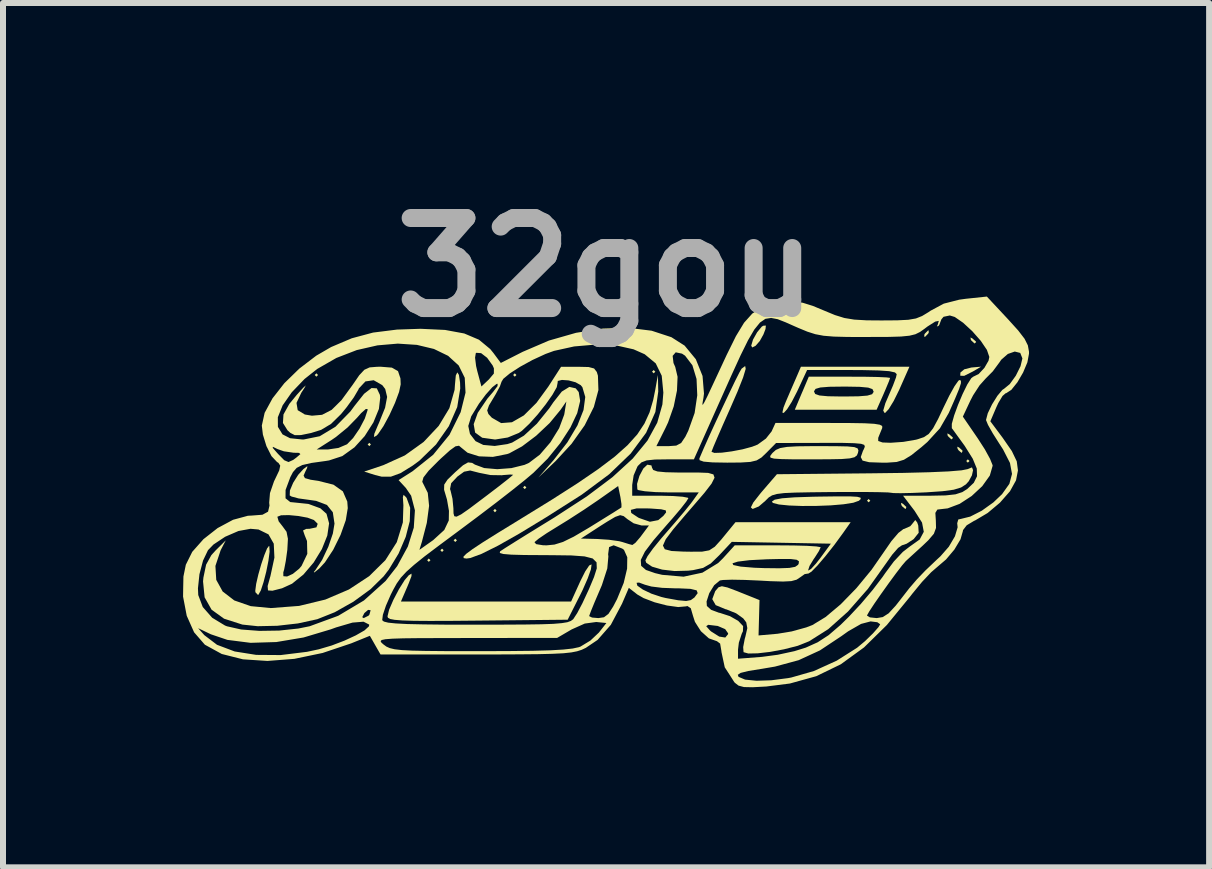
<source format=kicad_pcb>
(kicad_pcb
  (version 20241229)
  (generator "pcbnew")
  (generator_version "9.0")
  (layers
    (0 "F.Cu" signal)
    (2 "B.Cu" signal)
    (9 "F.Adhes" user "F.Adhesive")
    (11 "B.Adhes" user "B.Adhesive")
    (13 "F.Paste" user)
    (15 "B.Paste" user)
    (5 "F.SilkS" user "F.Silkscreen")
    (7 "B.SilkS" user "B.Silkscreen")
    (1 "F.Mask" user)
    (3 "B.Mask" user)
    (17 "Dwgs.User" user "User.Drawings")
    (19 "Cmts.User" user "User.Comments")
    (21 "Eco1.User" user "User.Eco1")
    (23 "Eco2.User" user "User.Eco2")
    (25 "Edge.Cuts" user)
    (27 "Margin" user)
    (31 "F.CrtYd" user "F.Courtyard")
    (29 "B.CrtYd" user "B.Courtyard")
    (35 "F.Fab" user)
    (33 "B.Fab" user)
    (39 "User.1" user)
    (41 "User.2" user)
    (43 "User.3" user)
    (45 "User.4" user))
  (footprint "32gou"
    (layer "F.Cu")
    (at 7.042 5.154)
    (property "Reference" "32gou" (at 0 -3.75 0) (layer "F.Fab") (effects (font (size 1.5 1.5) (thickness 0.3))))
    (attr board_only exclude_from_pos_files exclude_from_bom)
    (fp_poly (pts (xy -4.793 -1.956) (xy -4.821 -1.928) (xy -4.849 -1.956) (xy -4.821 -1.984)) (stroke (width 0) (type solid)) (fill yes) (layer "F.SilkS"))
    (fp_poly (pts (xy -3.912 -0.799) (xy -3.939 -0.771) (xy -3.967 -0.799) (xy -3.939 -0.826)) (stroke (width 0) (type solid)) (fill yes) (layer "F.SilkS"))
    (fp_poly (pts (xy -2.92 1.13) (xy -2.948 1.157) (xy -2.975 1.13) (xy -2.948 1.102)) (stroke (width 0) (type solid)) (fill yes) (layer "F.SilkS"))
    (fp_poly (pts (xy -2.7 0.964) (xy -2.727 0.992) (xy -2.755 0.964) (xy -2.727 0.937)) (stroke (width 0) (type solid)) (fill yes) (layer "F.SilkS"))
    (fp_poly (pts (xy -2.479 0.799) (xy -2.507 0.826) (xy -2.534 0.799) (xy -2.507 0.771)) (stroke (width 0) (type solid)) (fill yes) (layer "F.SilkS"))
    (fp_poly (pts (xy -1.818 0.303) (xy -1.846 0.331) (xy -1.873 0.303) (xy -1.846 0.275)) (stroke (width 0) (type solid)) (fill yes) (layer "F.SilkS"))
    (fp_poly (pts (xy -1.488 -1.956) (xy -1.515 -1.928) (xy -1.543 -1.956) (xy -1.515 -1.984)) (stroke (width 0) (type solid)) (fill yes) (layer "F.SilkS"))
    (fp_poly (pts (xy -1.322 -0.083) (xy -1.35 -0.055) (xy -1.377 -0.083) (xy -1.35 -0.11)) (stroke (width 0) (type solid)) (fill yes) (layer "F.SilkS"))
    (fp_poly (pts (xy 0.826 -2.011) (xy 0.799 -1.984) (xy 0.771 -2.011) (xy 0.799 -2.039)) (stroke (width 0) (type solid)) (fill yes) (layer "F.SilkS"))
    (fp_poly (pts (xy 4.408 0.138) (xy 4.38 0.165) (xy 4.353 0.138) (xy 4.38 0.11)) (stroke (width 0) (type solid)) (fill yes) (layer "F.SilkS"))
    (fp_poly (pts (xy 6.061 -0.523) (xy 6.033 -0.496) (xy 6.006 -0.523) (xy 6.033 -0.551)) (stroke (width 0) (type solid)) (fill yes) (layer "F.SilkS"))
    (fp_poly (pts (xy 4.95 0.188) (xy 5.009 0.243) (xy 4.997 0.275) (xy 4.99 0.275) (xy 4.943 0.236) (xy 4.926 0.212) (xy 4.919 0.174)) (stroke (width 0) (type solid)) (fill yes) (layer "F.SilkS"))
    (fp_poly (pts (xy 5.722 -0.969) (xy 5.78 -0.918) (xy 5.785 -0.906) (xy 5.759 -0.883) (xy 5.705 -0.934) (xy 5.697 -0.945) (xy 5.691 -0.983)) (stroke (width 0) (type solid)) (fill yes) (layer "F.SilkS"))
    (fp_poly (pts (xy 5.887 -0.749) (xy 5.946 -0.694) (xy 5.934 -0.662) (xy 5.926 -0.661) (xy 5.88 -0.7) (xy 5.863 -0.725) (xy 5.856 -0.762)) (stroke (width 0) (type solid)) (fill yes) (layer "F.SilkS"))
    (fp_poly (pts (xy 6.107 -2.567) (xy 6.166 -2.516) (xy 6.171 -2.504) (xy 6.145 -2.481) (xy 6.09 -2.532) (xy 6.083 -2.543) (xy 6.077 -2.581)) (stroke (width 0) (type solid)) (fill yes) (layer "F.SilkS"))
    (fp_poly (pts (xy 6.116 -2.014) (xy 5.972 -1.942) (xy 5.907 -1.944) (xy 5.909 -1.997) (xy 5.974 -2.051) (xy 6.093 -2.081) (xy 6.254 -2.095)) (stroke (width 0) (type solid)) (fill yes) (layer "F.SilkS"))
    (fp_poly (pts (xy 5.382 -2.664) (xy 5.372 -2.645) (xy 5.32 -2.592) (xy 5.31 -2.59) (xy 5.307 -2.625) (xy 5.317 -2.645) (xy 5.369 -2.697) (xy 5.379 -2.7)) (stroke (width 0) (type solid)) (fill yes) (layer "F.SilkS"))
    (fp_poly (pts (xy 2.662 -2.722) (xy 2.628 -2.633) (xy 2.567 -2.523) (xy 2.497 -2.443) (xy 2.441 -2.415) (xy 2.424 -2.445) (xy 2.454 -2.546) (xy 2.523 -2.669) (xy 2.599 -2.761) (xy 2.624 -2.777) (xy 2.668 -2.78)) (stroke (width 0) (type solid)) (fill yes) (layer "F.SilkS"))
    (fp_poly (pts (xy -5.605 0.897) (xy -5.6 0.988) (xy -5.62 1.14) (xy -5.656 1.32) (xy -5.701 1.495) (xy -5.747 1.635) (xy -5.787 1.705) (xy -5.794 1.708) (xy -5.836 1.664) (xy -5.839 1.639) (xy -5.824 1.524) (xy -5.788 1.368) (xy -5.74 1.199) (xy -5.688 1.045) (xy -5.642 0.933) (xy -5.61 0.891)) (stroke (width 0) (type solid)) (fill yes) (layer "F.SilkS"))
    (fp_poly (pts (xy 4.067 0.066) (xy 4.191 0.073) (xy 4.246 0.088) (xy 4.248 0.111) (xy 4.218 0.139) (xy 4.125 0.172) (xy 3.96 0.198) (xy 3.747 0.216) (xy 3.509 0.225) (xy 3.27 0.226) (xy 3.054 0.218) (xy 2.884 0.201) (xy 2.784 0.175) (xy 2.769 0.152) (xy 2.815 0.121) (xy 2.937 0.098) (xy 3.146 0.082) (xy 3.452 0.072) (xy 3.558 0.07) (xy 3.861 0.066)) (stroke (width 0) (type solid)) (fill yes) (layer "F.SilkS"))
    (fp_poly (pts (xy -2.446 -1.958) (xy -2.427 -1.83) (xy -2.424 -1.732) (xy -2.474 -1.423) (xy -2.614 -1.103) (xy -2.828 -0.798) (xy -3.102 -0.531) (xy -3.214 -0.448) (xy -3.419 -0.321) (xy -3.58 -0.262) (xy -3.732 -0.262) (xy -3.844 -0.29) (xy -4.024 -0.347) (xy -3.706 -0.454) (xy -3.348 -0.616) (xy -3.035 -0.84) (xy -2.783 -1.108) (xy -2.605 -1.403) (xy -2.518 -1.709) (xy -2.512 -1.795) (xy -2.498 -1.948) (xy -2.473 -2)) (stroke (width 0) (type solid)) (fill yes) (layer "F.SilkS"))
    (fp_poly (pts (xy 3.839 -0.77) (xy 4.028 -0.766) (xy 4.141 -0.755) (xy 4.196 -0.734) (xy 4.21 -0.7) (xy 4.203 -0.661) (xy 4.185 -0.617) (xy 4.145 -0.586) (xy 4.066 -0.567) (xy 3.929 -0.556) (xy 3.718 -0.552) (xy 3.429 -0.551) (xy 3.13 -0.551) (xy 2.927 -0.555) (xy 2.804 -0.563) (xy 2.746 -0.579) (xy 2.739 -0.605) (xy 2.767 -0.644) (xy 2.782 -0.661) (xy 2.835 -0.708) (xy 2.907 -0.739) (xy 3.019 -0.758) (xy 3.191 -0.768) (xy 3.446 -0.771) (xy 3.557 -0.771)) (stroke (width 0) (type solid)) (fill yes) (layer "F.SilkS"))
    (fp_poly (pts (xy 4.889 -1.708) (xy 4.798 -1.524) (xy 4.715 -1.388) (xy 4.655 -1.324) (xy 4.648 -1.322) (xy 4.623 -1.362) (xy 4.658 -1.484) (xy 4.713 -1.612) (xy 4.786 -1.781) (xy 4.836 -1.915) (xy 4.848 -1.97) (xy 4.819 -1.999) (xy 4.723 -2.02) (xy 4.548 -2.032) (xy 4.282 -2.038) (xy 4.102 -2.039) (xy 3.355 -2.039) (xy 3.188 -1.68) (xy 3.099 -1.508) (xy 3.022 -1.386) (xy 2.966 -1.324) (xy 2.943 -1.33) (xy 2.962 -1.414) (xy 3.002 -1.515) (xy 3.085 -1.708) (xy 3.169 -1.901) (xy 3.169 -1.901) (xy 3.252 -2.094) (xy 4.156 -2.094) (xy 5.06 -2.094)) (stroke (width 0) (type solid)) (fill yes) (layer "F.SilkS"))
    (fp_poly (pts (xy -0.236 1.203) (xy -0.247 1.283) (xy -0.3 1.432) (xy -0.384 1.624) (xy -0.421 1.699) (xy -0.634 2.121) (xy -2.135 2.136) (xy -2.584 2.14) (xy -2.936 2.141) (xy -3.2 2.139) (xy -3.39 2.133) (xy -3.516 2.123) (xy -3.592 2.109) (xy -3.628 2.089) (xy -3.636 2.065) (xy -3.609 1.954) (xy -3.538 1.79) (xy -3.445 1.613) (xy -3.35 1.461) (xy -3.281 1.38) (xy -3.236 1.353) (xy -3.236 1.393) (xy -3.282 1.514) (xy -3.302 1.562) (xy -3.412 1.818) (xy -1.995 1.818) (xy -0.577 1.818) (xy -0.421 1.474) (xy -0.341 1.315) (xy -0.275 1.217) (xy -0.238 1.2)) (stroke (width 0) (type solid)) (fill yes) (layer "F.SilkS"))
    (fp_poly (pts (xy 0.875 -1.68) (xy 0.827 -1.34) (xy 0.673 -0.994) (xy 0.416 -0.647) (xy 0.057 -0.302) (xy -0.399 0.037) (xy -0.457 0.074) (xy -0.99 0.413) (xy -1.436 0.684) (xy -1.796 0.888) (xy -2.069 1.024) (xy -2.256 1.093) (xy -2.319 1.102) (xy -2.366 1.095) (xy -2.371 1.071) (xy -2.324 1.023) (xy -2.218 0.944) (xy -2.044 0.829) (xy -1.793 0.672) (xy -1.457 0.466) (xy -1.402 0.432) (xy -0.891 0.117) (xy -0.468 -0.154) (xy -0.124 -0.389) (xy 0.151 -0.597) (xy 0.364 -0.787) (xy 0.526 -0.967) (xy 0.645 -1.147) (xy 0.73 -1.333) (xy 0.79 -1.536) (xy 0.825 -1.708) (xy 0.869 -1.956)) (stroke (width 0) (type solid)) (fill yes) (layer "F.SilkS"))
    (fp_poly (pts (xy -4.975 -0.407) (xy -5.004 -0.349) (xy -5.034 -0.279) (xy -5.011 -0.238) (xy -4.916 -0.211) (xy -4.787 -0.192) (xy -4.537 -0.129) (xy -4.38 -0.018) (xy -4.306 0.152) (xy -4.298 0.262) (xy -4.331 0.463) (xy -4.418 0.708) (xy -4.54 0.955) (xy -4.678 1.165) (xy -4.772 1.267) (xy -4.855 1.334) (xy -4.863 1.326) (xy -4.837 1.294) (xy -4.724 1.122) (xy -4.621 0.903) (xy -4.546 0.684) (xy -4.519 0.52) (xy -4.547 0.331) (xy -4.645 0.209) (xy -4.825 0.141) (xy -4.951 0.123) (xy -5.118 0.1) (xy -5.234 0.069) (xy -5.265 0.05) (xy -5.262 -0.032) (xy -5.208 -0.16) (xy -5.124 -0.293) (xy -5.036 -0.39) (xy -4.971 -0.438)) (stroke (width 0) (type solid)) (fill yes) (layer "F.SilkS"))
    (fp_poly (pts (xy 4.319 -1.927) (xy 4.532 -1.923) (xy 4.679 -1.916) (xy 4.738 -1.908) (xy 4.738 -1.908) (xy 4.718 -1.85) (xy 4.666 -1.725) (xy 4.626 -1.632) (xy 4.513 -1.377) (xy 3.831 -1.377) (xy 3.15 -1.377) (xy 3.266 -1.653) (xy 3.278 -1.68) (xy 3.471 -1.68) (xy 3.49 -1.64) (xy 3.561 -1.615) (xy 3.702 -1.602) (xy 3.931 -1.598) (xy 3.967 -1.598) (xy 4.209 -1.601) (xy 4.36 -1.613) (xy 4.438 -1.636) (xy 4.463 -1.674) (xy 4.463 -1.68) (xy 4.444 -1.721) (xy 4.373 -1.746) (xy 4.232 -1.759) (xy 4.003 -1.763) (xy 3.967 -1.763) (xy 3.725 -1.76) (xy 3.574 -1.748) (xy 3.496 -1.725) (xy 3.471 -1.686) (xy 3.471 -1.68) (xy 3.278 -1.68) (xy 3.383 -1.928) (xy 4.061 -1.928)) (stroke (width 0) (type solid)) (fill yes) (layer "F.SilkS"))
    (fp_poly (pts (xy 6.12 -0.371) (xy 6.101 -0.284) (xy 6.048 -0.186) (xy 6.001 -0.134) (xy 5.92 -0.082) (xy 5.798 -0.045) (xy 5.611 -0.02) (xy 5.338 -0.001) (xy 5.335 -0.001) (xy 5.101 0.009) (xy 4.912 0.013) (xy 4.793 0.011) (xy 4.763 0.007) (xy 4.704 0.000432) (xy 4.553 -0.004) (xy 4.327 -0.007) (xy 4.046 -0.007) (xy 3.763 -0.006) (xy 3.412 -0.002) (xy 3.155 0.003) (xy 2.973 0.011) (xy 2.852 0.026) (xy 2.772 0.049) (xy 2.718 0.082) (xy 2.671 0.128) (xy 2.661 0.139) (xy 2.55 0.234) (xy 2.45 0.275) (xy 2.447 0.275) (xy 2.418 0.25) (xy 2.458 0.169) (xy 2.573 0.022) (xy 2.603 -0.014) (xy 2.852 -0.303) (xy 4.41 -0.318) (xy 4.954 -0.325) (xy 5.389 -0.336) (xy 5.714 -0.35) (xy 5.929 -0.368) (xy 6.034 -0.389) (xy 6.042 -0.393) (xy 6.102 -0.417)) (stroke (width 0) (type solid)) (fill yes) (layer "F.SilkS"))
    (fp_poly (pts (xy -3.327 0.08) (xy -3.317 0.093) (xy -3.258 0.256) (xy -3.265 0.479) (xy -3.332 0.74) (xy -3.451 1.018) (xy -3.615 1.288) (xy -3.701 1.399) (xy -3.919 1.613) (xy -4.204 1.821) (xy -4.514 1.996) (xy -4.807 2.113) (xy -4.812 2.114) (xy -5.129 2.183) (xy -5.473 2.222) (xy -5.799 2.229) (xy -6.054 2.202) (xy -6.359 2.104) (xy -6.567 1.954) (xy -6.683 1.748) (xy -6.709 1.483) (xy -6.703 1.419) (xy -6.658 1.203) (xy -6.57 1.044) (xy -6.5 0.967) (xy -6.331 0.799) (xy -6.416 0.964) (xy -6.503 1.225) (xy -6.489 1.457) (xy -6.382 1.651) (xy -6.188 1.8) (xy -5.914 1.895) (xy -5.581 1.927) (xy -5.109 1.891) (xy -4.671 1.785) (xy -4.278 1.617) (xy -3.942 1.396) (xy -3.672 1.13) (xy -3.481 0.829) (xy -3.38 0.5) (xy -3.371 0.214) (xy -3.38 0.08) (xy -3.368 0.04)) (stroke (width 0) (type solid)) (fill yes) (layer "F.SilkS"))
    (fp_poly (pts (xy -3.563 -2.079) (xy -3.461 -2.021) (xy -3.42 -1.899) (xy -3.416 -1.8) (xy -3.443 -1.674) (xy -3.511 -1.491) (xy -3.604 -1.288) (xy -3.704 -1.103) (xy -3.794 -0.971) (xy -3.822 -0.943) (xy -3.862 -0.923) (xy -3.855 -0.978) (xy -3.797 -1.116) (xy -3.776 -1.163) (xy -3.676 -1.411) (xy -3.642 -1.591) (xy -3.674 -1.723) (xy -3.723 -1.787) (xy -3.866 -1.869) (xy -4.004 -1.849) (xy -4.113 -1.732) (xy -4.121 -1.713) (xy -4.198 -1.582) (xy -4.319 -1.416) (xy -4.41 -1.305) (xy -4.577 -1.141) (xy -4.742 -1.042) (xy -4.909 -0.99) (xy -5.079 -0.955) (xy -5.181 -0.954) (xy -5.255 -0.992) (xy -5.302 -1.035) (xy -5.378 -1.157) (xy -5.369 -1.299) (xy -5.272 -1.474) (xy -5.148 -1.625) (xy -5.04 -1.744) (xy -4.998 -1.783) (xy -5.017 -1.745) (xy -5.073 -1.659) (xy -5.152 -1.491) (xy -5.132 -1.37) (xy -5.013 -1.298) (xy -4.895 -1.278) (xy -4.726 -1.293) (xy -4.567 -1.375) (xy -4.403 -1.537) (xy -4.218 -1.79) (xy -4.106 -1.953) (xy -4.022 -2.043) (xy -3.934 -2.083) (xy -3.81 -2.093) (xy -3.75 -2.094)) (stroke (width 0) (type solid)) (fill yes) (layer "F.SilkS"))
    (fp_poly (pts (xy 5.189 0.5) (xy 5.207 0.552) (xy 5.214 0.673) (xy 5.133 0.775) (xy 5.125 0.782) (xy 5.013 0.855) (xy 4.934 0.882) (xy 4.871 0.925) (xy 4.774 1.036) (xy 4.689 1.156) (xy 4.368 1.607) (xy 4.037 1.984) (xy 3.708 2.278) (xy 3.389 2.48) (xy 3.198 2.556) (xy 2.97 2.614) (xy 2.739 2.657) (xy 2.532 2.681) (xy 2.376 2.684) (xy 2.297 2.662) (xy 2.296 2.659) (xy 2.29 2.577) (xy 2.316 2.44) (xy 2.326 2.406) (xy 2.359 2.261) (xy 2.341 2.165) (xy 2.291 2.099) (xy 2.172 2.014) (xy 2.011 1.949) (xy 1.993 1.945) (xy 1.832 1.878) (xy 1.775 1.778) (xy 1.824 1.646) (xy 1.834 1.633) (xy 1.88 1.58) (xy 1.935 1.563) (xy 2.029 1.584) (xy 2.191 1.645) (xy 2.235 1.663) (xy 2.562 1.794) (xy 2.554 2.089) (xy 2.546 2.383) (xy 2.863 2.355) (xy 3.099 2.316) (xy 3.341 2.249) (xy 3.443 2.21) (xy 3.663 2.076) (xy 3.914 1.865) (xy 4.176 1.596) (xy 4.428 1.29) (xy 4.628 1.002) (xy 4.76 0.811) (xy 4.876 0.675) (xy 4.959 0.611) (xy 4.97 0.609) (xy 5.074 0.563) (xy 5.115 0.514) (xy 5.157 0.46)) (stroke (width 0) (type solid)) (fill yes) (layer "F.SilkS"))
    (fp_poly (pts (xy 2.332 -2.058) (xy 2.289 -1.915) (xy 2.195 -1.678) (xy 2.066 -1.382) (xy 1.955 -1.132) (xy 1.862 -0.919) (xy 1.795 -0.762) (xy 1.764 -0.682) (xy 1.763 -0.676) (xy 1.811 -0.658) (xy 1.934 -0.662) (xy 2.101 -0.684) (xy 2.28 -0.718) (xy 2.439 -0.761) (xy 2.531 -0.797) (xy 2.669 -0.897) (xy 2.764 -1.017) (xy 2.766 -1.022) (xy 2.828 -1.157) (xy 3.734 -1.157) (xy 4.072 -1.156) (xy 4.313 -1.152) (xy 4.474 -1.143) (xy 4.566 -1.128) (xy 4.606 -1.106) (xy 4.607 -1.075) (xy 4.607 -1.074) (xy 4.554 -0.945) (xy 4.54 -0.909) (xy 4.54 -0.857) (xy 4.611 -0.832) (xy 4.746 -0.827) (xy 4.958 -0.842) (xy 5.168 -0.878) (xy 5.198 -0.886) (xy 5.302 -0.921) (xy 5.382 -0.975) (xy 5.454 -1.068) (xy 5.537 -1.222) (xy 5.625 -1.409) (xy 5.724 -1.612) (xy 5.811 -1.769) (xy 5.875 -1.86) (xy 5.894 -1.873) (xy 5.918 -1.862) (xy 5.918 -1.819) (xy 5.888 -1.725) (xy 5.822 -1.566) (xy 5.715 -1.323) (xy 5.713 -1.32) (xy 5.568 -1.068) (xy 5.359 -0.84) (xy 5.261 -0.755) (xy 5.093 -0.621) (xy 4.968 -0.544) (xy 4.847 -0.507) (xy 4.69 -0.496) (xy 4.594 -0.496) (xy 4.389 -0.503) (xy 4.279 -0.53) (xy 4.249 -0.589) (xy 4.285 -0.691) (xy 4.3 -0.72) (xy 4.317 -0.762) (xy 4.307 -0.792) (xy 4.254 -0.81) (xy 4.14 -0.82) (xy 3.952 -0.825) (xy 3.672 -0.825) (xy 3.597 -0.825) (xy 2.838 -0.823) (xy 2.677 -0.66) (xy 2.594 -0.581) (xy 2.514 -0.533) (xy 2.409 -0.508) (xy 2.249 -0.498) (xy 2.024 -0.496) (xy 1.779 -0.5) (xy 1.631 -0.513) (xy 1.564 -0.537) (xy 1.56 -0.565) (xy 1.63 -0.728) (xy 1.725 -0.941) (xy 1.836 -1.182) (xy 1.952 -1.43) (xy 2.063 -1.664) (xy 2.158 -1.862) (xy 2.229 -2.002) (xy 2.264 -2.062) (xy 2.323 -2.106)) (stroke (width 0) (type solid)) (fill yes) (layer "F.SilkS"))
    (fp_poly (pts (xy 6.701 -2.887) (xy 6.872 -2.698) (xy 6.978 -2.56) (xy 7.033 -2.45) (xy 7.052 -2.344) (xy 7.052 -2.311) (xy 7.025 -2.167) (xy 6.954 -1.998) (xy 6.859 -1.835) (xy 6.758 -1.709) (xy 6.672 -1.653) (xy 6.664 -1.653) (xy 6.611 -1.607) (xy 6.541 -1.49) (xy 6.508 -1.419) (xy 6.408 -1.185) (xy 6.614 -0.909) (xy 6.766 -0.689) (xy 6.848 -0.518) (xy 6.868 -0.366) (xy 6.837 -0.207) (xy 6.833 -0.196) (xy 6.735 -0.019) (xy 6.568 0.171) (xy 6.363 0.343) (xy 6.154 0.467) (xy 6.137 0.474) (xy 6.014 0.548) (xy 5.952 0.629) (xy 5.951 0.642) (xy 5.911 0.781) (xy 5.809 0.952) (xy 5.67 1.117) (xy 5.54 1.228) (xy 5.422 1.33) (xy 5.27 1.491) (xy 5.112 1.683) (xy 5.071 1.736) (xy 4.684 2.209) (xy 4.303 2.583) (xy 3.916 2.864) (xy 3.508 3.062) (xy 3.068 3.184) (xy 2.674 3.234) (xy 2.447 3.246) (xy 2.303 3.243) (xy 2.213 3.219) (xy 2.153 3.173) (xy 2.142 3.161) (xy 2.064 3.039) (xy 2.2 3.039) (xy 2.213 3.073) (xy 2.322 3.119) (xy 2.512 3.138) (xy 2.759 3.13) (xy 3.038 3.094) (xy 3.091 3.084) (xy 3.468 2.976) (xy 3.849 2.803) (xy 4.188 2.588) (xy 4.321 2.477) (xy 4.453 2.348) (xy 4.544 2.245) (xy 4.573 2.197) (xy 4.525 2.163) (xy 4.413 2.149) (xy 4.254 2.191) (xy 4.038 2.315) (xy 3.926 2.395) (xy 3.569 2.632) (xy 3.215 2.795) (xy 2.82 2.902) (xy 2.602 2.939) (xy 2.377 2.975) (xy 2.248 3.007) (xy 2.2 3.039) (xy 2.064 3.039) (xy 1.983 2.914) (xy 1.928 2.657) (xy 1.928 2.648) (xy 1.906 2.519) (xy 1.853 2.479) (xy 1.719 2.432) (xy 1.586 2.313) (xy 1.532 2.229) (xy 1.674 2.229) (xy 1.734 2.297) (xy 1.755 2.316) (xy 1.891 2.402) (xy 1.992 2.418) (xy 2.038 2.362) (xy 2.039 2.348) (xy 1.99 2.278) (xy 1.866 2.225) (xy 1.708 2.206) (xy 1.674 2.229) (xy 1.532 2.229) (xy 1.486 2.156) (xy 1.455 2.06) (xy 1.417 1.93) (xy 1.362 1.893) (xy 1.334 1.899) (xy 1.207 1.91) (xy 1.02 1.884) (xy 0.815 1.831) (xy 0.631 1.761) (xy 0.527 1.701) (xy 0.385 1.59) (xy 0.271 1.855) (xy 0.085 2.206) (xy -0.135 2.457) (xy -0.332 2.59) (xy -0.4 2.622) (xy -0.477 2.647) (xy -0.574 2.666) (xy -0.706 2.68) (xy -0.886 2.689) (xy -1.127 2.695) (xy -1.443 2.698) (xy -1.847 2.7) (xy -2.149 2.7) (xy -3.752 2.7) (xy -3.841 2.545) (xy -3.879 2.478) (xy -3.751 2.478) (xy -3.737 2.503) (xy -3.702 2.534) (xy -3.699 2.536) (xy -3.654 2.569) (xy -3.598 2.594) (xy -3.518 2.613) (xy -3.399 2.627) (xy -3.229 2.636) (xy -2.995 2.641) (xy -2.682 2.644) (xy -2.278 2.645) (xy -2.086 2.645) (xy -1.604 2.643) (xy -1.222 2.639) (xy -0.926 2.631) (xy -0.706 2.618) (xy -0.551 2.601) (xy -0.448 2.579) (xy -0.421 2.569) (xy -0.256 2.469) (xy -0.115 2.336) (xy -0.114 2.335) (xy 0.011 2.176) (xy -0.158 2.159) (xy -0.349 2.185) (xy -0.568 2.283) (xy -0.809 2.424) (xy -2.319 2.426) (xy -2.765 2.427) (xy -3.113 2.428) (xy -3.372 2.431) (xy -3.554 2.437) (xy -3.671 2.446) (xy -3.733 2.459) (xy -3.751 2.478) (xy -3.879 2.478) (xy -3.93 2.389) (xy -4.241 2.515) (xy -4.717 2.675) (xy -5.188 2.773) (xy -5.636 2.808) (xy -6.044 2.781) (xy -6.397 2.692) (xy -6.676 2.539) (xy -6.68 2.536) (xy -6.858 2.331) (xy -6.889 2.262) (xy -6.791 2.262) (xy -6.688 2.378) (xy -6.476 2.539) (xy -6.182 2.65) (xy -5.823 2.707) (xy -5.416 2.71) (xy -4.977 2.656) (xy -4.781 2.614) (xy -4.567 2.551) (xy -4.354 2.47) (xy -4.164 2.382) (xy -4.019 2.299) (xy -3.944 2.23) (xy -3.941 2.202) (xy -4.035 2.154) (xy -4.219 2.169) (xy -4.492 2.249) (xy -4.58 2.281) (xy -5.034 2.417) (xy -5.488 2.493) (xy -5.918 2.506) (xy -6.303 2.457) (xy -6.578 2.364) (xy -6.791 2.262) (xy -6.889 2.262) (xy -6.981 2.055) (xy -7.042 1.736) (xy -7.04 1.598) (xy -6.794 1.598) (xy -6.789 1.71) (xy -6.714 1.909) (xy -6.557 2.088) (xy -6.343 2.218) (xy -6.309 2.231) (xy -6.074 2.284) (xy -5.772 2.307) (xy -5.441 2.302) (xy -5.122 2.268) (xy -4.933 2.23) (xy -4.652 2.127) (xy -3.724 2.127) (xy -3.724 2.129) (xy -3.696 2.152) (xy -3.624 2.17) (xy -3.498 2.183) (xy -3.307 2.193) (xy -3.039 2.199) (xy -2.684 2.203) (xy -2.232 2.204) (xy -2.159 2.204) (xy -1.704 2.203) (xy -1.346 2.201) (xy -1.074 2.197) (xy -0.874 2.19) (xy -0.733 2.178) (xy -0.64 2.163) (xy -0.582 2.142) (xy -0.545 2.115) (xy -0.538 2.107) (xy -0.509 2.062) (xy -0.275 2.062) (xy -0.228 2.085) (xy -0.122 2.094) (xy -0.029 2.08) (xy 0.045 2.024) (xy 0.123 1.903) (xy 0.189 1.777) (xy 0.299 1.509) (xy 0.3 1.506) (xy 0.514 1.506) (xy 0.527 1.554) (xy 0.619 1.619) (xy 0.761 1.687) (xy 0.927 1.742) (xy 0.998 1.759) (xy 1.208 1.797) (xy 1.339 1.809) (xy 1.418 1.794) (xy 1.475 1.753) (xy 1.477 1.752) (xy 1.532 1.678) (xy 1.515 1.632) (xy 1.412 1.607) (xy 1.214 1.598) (xy 1.153 1.598) (xy 0.941 1.59) (xy 0.761 1.568) (xy 0.653 1.538) (xy 0.555 1.502) (xy 0.514 1.506) (xy 0.3 1.506) (xy 0.356 1.27) (xy 0.359 1.08) (xy 0.304 0.957) (xy 0.275 0.936) (xy 0.132 0.881) (xy 0.056 0.911) (xy 0.04 1.03) (xy 0.044 1.067) (xy 0.026 1.267) (xy -0.064 1.545) (xy -0.105 1.641) (xy -0.186 1.83) (xy -0.246 1.977) (xy -0.275 2.056) (xy -0.275 2.062) (xy -0.509 2.062) (xy -0.476 2.012) (xy -0.389 1.847) (xy -0.295 1.645) (xy -0.278 1.608) (xy -0.195 1.41) (xy -0.149 1.265) (xy -0.153 1.165) (xy -0.217 1.101) (xy -0.353 1.066) (xy -0.573 1.05) (xy -0.887 1.046) (xy -1.04 1.045) (xy -1.356 1.043) (xy -1.574 1.037) (xy -1.706 1.026) (xy -1.765 1.009) (xy -1.761 0.984) (xy -1.751 0.976) (xy -1.675 0.926) (xy -1.522 0.83) (xy -1.187 0.83) (xy -1.159 0.862) (xy -1.048 0.88) (xy -0.986 0.882) (xy -0.854 0.869) (xy -0.712 0.825) (xy -0.598 0.769) (xy -0.413 0.769) (xy -0.138 0.776) (xy 0.055 0.789) (xy 0.224 0.813) (xy 0.275 0.826) (xy 0.39 0.862) (xy 0.444 0.876) (xy 0.494 0.84) (xy 0.577 0.743) (xy 0.597 0.716) (xy 0.72 0.551) (xy 0.597 0.551) (xy 0.466 0.515) (xy 0.362 0.446) (xy 0.299 0.395) (xy 0.24 0.379) (xy 0.158 0.408) (xy 0.026 0.486) (xy -0.083 0.555) (xy -0.413 0.769) (xy -0.598 0.769) (xy -0.534 0.738) (xy -0.296 0.598) (xy -0.253 0.572) (xy -0.047 0.444) (xy 0.121 0.34) (xy 0.198 0.291) (xy 0.418 0.291) (xy 0.425 0.342) (xy 0.54 0.418) (xy 0.555 0.426) (xy 0.736 0.489) (xy 0.875 0.462) (xy 0.96 0.391) (xy 1.006 0.333) (xy 1 0.299) (xy 0.923 0.281) (xy 0.758 0.269) (xy 0.72 0.267) (xy 0.516 0.266) (xy 0.418 0.291) (xy 0.198 0.291) (xy 0.23 0.271) (xy 0.262 0.25) (xy 0.262 0.194) (xy 0.244 0.074) (xy 0.242 0.066) (xy 0.207 -0.106) (xy -0.13 0.131) (xy -0.363 0.289) (xy -0.623 0.457) (xy -0.811 0.573) (xy -0.984 0.68) (xy -1.118 0.771) (xy -1.185 0.827) (xy -1.187 0.83) (xy -1.522 0.83) (xy -1.521 0.829) (xy -1.309 0.697) (xy -1.056 0.541) (xy -0.848 0.413) (xy -0.317 0.068) (xy -0.059 -0.125) (xy 0.441 -0.125) (xy 0.441 0.055) (xy 0.909 0.055) (xy 1.121 0.06) (xy 1.282 0.072) (xy 1.369 0.089) (xy 1.377 0.096) (xy 1.342 0.153) (xy 1.25 0.271) (xy 1.115 0.43) (xy 1.02 0.538) (xy 0.798 0.795) (xy 0.653 0.986) (xy 0.584 1.125) (xy 0.59 1.223) (xy 0.67 1.292) (xy 0.822 1.345) (xy 0.94 1.373) (xy 1.297 1.404) (xy 1.611 1.337) (xy 1.866 1.181) (xy 2.112 1.181) (xy 2.126 1.21) (xy 2.247 1.236) (xy 2.475 1.255) (xy 2.636 1.261) (xy 2.892 1.264) (xy 3.059 1.258) (xy 3.156 1.24) (xy 3.204 1.207) (xy 3.215 1.186) (xy 3.219 1.147) (xy 3.181 1.122) (xy 3.085 1.11) (xy 2.912 1.109) (xy 2.689 1.114) (xy 2.395 1.129) (xy 2.201 1.153) (xy 2.112 1.181) (xy 1.866 1.181) (xy 1.876 1.174) (xy 1.953 1.098) (xy 2.149 0.882) (xy 2.865 0.882) (xy 3.131 0.884) (xy 3.353 0.89) (xy 3.509 0.9) (xy 3.579 0.912) (xy 3.581 0.914) (xy 3.552 0.977) (xy 3.481 1.088) (xy 3.465 1.11) (xy 3.396 1.224) (xy 3.373 1.294) (xy 3.376 1.301) (xy 3.42 1.276) (xy 3.505 1.183) (xy 3.577 1.091) (xy 3.751 0.854) (xy 2.926 0.839) (xy 2.1 0.824) (xy 1.89 1.048) (xy 1.75 1.184) (xy 1.622 1.258) (xy 1.455 1.295) (xy 1.372 1.304) (xy 1.147 1.31) (xy 0.939 1.286) (xy 0.772 1.237) (xy 0.675 1.172) (xy 0.661 1.133) (xy 0.696 1.063) (xy 0.788 0.935) (xy 0.922 0.77) (xy 0.997 0.683) (xy 1.161 0.494) (xy 1.309 0.319) (xy 1.417 0.185) (xy 1.442 0.152) (xy 1.55 0) (xy 1.054 0) (xy 0.831 -0.005) (xy 0.653 -0.019) (xy 0.545 -0.038) (xy 0.527 -0.049) (xy 0.522 -0.142) (xy 0.561 -0.275) (xy 0.626 -0.398) (xy 0.693 -0.462) (xy 0.761 -0.45) (xy 0.771 -0.412) (xy 0.791 -0.374) (xy 0.861 -0.349) (xy 0.999 -0.336) (xy 1.224 -0.331) (xy 1.324 -0.331) (xy 1.55 -0.331) (xy 1.707 -0.325) (xy 1.794 -0.3) (xy 1.813 -0.245) (xy 1.763 -0.146) (xy 1.644 0.008) (xy 1.455 0.228) (xy 1.321 0.383) (xy 1.123 0.617) (xy 1 0.78) (xy 0.953 0.886) (xy 0.984 0.947) (xy 1.096 0.976) (xy 1.291 0.986) (xy 1.415 0.988) (xy 1.605 0.987) (xy 1.725 0.965) (xy 1.817 0.905) (xy 1.923 0.788) (xy 1.959 0.744) (xy 2.162 0.496) (xy 3.121 0.496) (xy 4.081 0.496) (xy 3.955 0.675) (xy 3.808 0.876) (xy 3.66 1.063) (xy 3.529 1.217) (xy 3.428 1.32) (xy 3.375 1.353) (xy 3.372 1.352) (xy 3.315 1.361) (xy 3.242 1.413) (xy 3.18 1.454) (xy 3.092 1.478) (xy 2.955 1.485) (xy 2.745 1.479) (xy 2.565 1.469) (xy 2.317 1.458) (xy 2.104 1.454) (xy 1.954 1.459) (xy 1.902 1.467) (xy 1.807 1.546) (xy 1.725 1.679) (xy 1.68 1.817) (xy 1.685 1.892) (xy 1.756 1.956) (xy 1.887 2.005) (xy 1.901 2.007) (xy 2.07 2.062) (xy 2.207 2.14) (xy 2.289 2.227) (xy 2.286 2.313) (xy 2.266 2.355) (xy 2.218 2.503) (xy 2.204 2.621) (xy 2.204 2.771) (xy 2.603 2.74) (xy 2.866 2.705) (xy 3.143 2.645) (xy 3.333 2.586) (xy 3.531 2.497) (xy 3.714 2.378) (xy 3.914 2.206) (xy 4.051 2.071) (xy 4.069 2.052) (xy 4.353 2.052) (xy 4.401 2.082) (xy 4.515 2.094) (xy 4.616 2.077) (xy 4.714 2.014) (xy 4.831 1.887) (xy 4.914 1.781) (xy 5.058 1.596) (xy 5.186 1.447) (xy 5.326 1.301) (xy 5.511 1.125) (xy 5.576 1.065) (xy 5.716 0.905) (xy 5.818 0.732) (xy 5.863 0.581) (xy 5.856 0.513) (xy 5.874 0.451) (xy 5.919 0.441) (xy 6.073 0.403) (xy 6.265 0.305) (xy 6.458 0.167) (xy 6.603 0.029) (xy 6.725 -0.143) (xy 6.769 -0.308) (xy 6.735 -0.491) (xy 6.62 -0.716) (xy 6.557 -0.813) (xy 6.448 -0.985) (xy 6.369 -1.125) (xy 6.336 -1.205) (xy 6.336 -1.208) (xy 6.365 -1.318) (xy 6.436 -1.466) (xy 6.525 -1.609) (xy 6.608 -1.708) (xy 6.637 -1.727) (xy 6.732 -1.805) (xy 6.832 -1.944) (xy 6.911 -2.103) (xy 6.942 -2.233) (xy 6.906 -2.324) (xy 6.815 -2.347) (xy 6.7 -2.307) (xy 6.59 -2.211) (xy 6.56 -2.167) (xy 6.449 -2.017) (xy 6.329 -1.896) (xy 6.229 -1.784) (xy 6.121 -1.618) (xy 6.074 -1.527) (xy 5.95 -1.263) (xy 6.198 -0.901) (xy 6.316 -0.718) (xy 6.403 -0.559) (xy 6.445 -0.455) (xy 6.446 -0.443) (xy 6.399 -0.28) (xy 6.273 -0.104) (xy 6.097 0.06) (xy 5.896 0.191) (xy 5.697 0.266) (xy 5.617 0.275) (xy 5.525 0.286) (xy 5.492 0.341) (xy 5.5 0.471) (xy 5.503 0.592) (xy 5.467 0.689) (xy 5.374 0.798) (xy 5.282 0.886) (xy 5.145 1.011) (xy 5.04 1.107) (xy 4.999 1.145) (xy 4.938 1.216) (xy 4.838 1.346) (xy 4.716 1.512) (xy 4.589 1.69) (xy 4.475 1.854) (xy 4.391 1.982) (xy 4.353 2.049) (xy 4.353 2.052) (xy 4.069 2.052) (xy 4.251 1.857) (xy 4.449 1.623) (xy 4.612 1.409) (xy 4.657 1.344) (xy 4.8 1.151) (xy 4.95 0.991) (xy 5.064 0.903) (xy 5.231 0.784) (xy 5.299 0.656) (xy 5.27 0.503) (xy 5.146 0.307) (xy 4.954 0.055) (xy 5.417 0.055) (xy 5.663 0.05) (xy 5.827 0.032) (xy 5.941 -0.005) (xy 6.023 -0.057) (xy 6.132 -0.16) (xy 6.186 -0.269) (xy 6.182 -0.398) (xy 6.115 -0.561) (xy 5.981 -0.775) (xy 5.778 -1.055) (xy 5.766 -1.07) (xy 5.766 -1.143) (xy 5.805 -1.283) (xy 5.869 -1.458) (xy 5.946 -1.64) (xy 6.024 -1.799) (xy 6.09 -1.903) (xy 6.123 -1.928) (xy 6.213 -1.972) (xy 6.309 -2.075) (xy 6.378 -2.195) (xy 6.391 -2.257) (xy 6.351 -2.374) (xy 6.248 -2.526) (xy 6.107 -2.686) (xy 5.954 -2.827) (xy 5.815 -2.923) (xy 5.733 -2.948) (xy 5.628 -2.926) (xy 5.592 -2.883) (xy 5.556 -2.788) (xy 5.542 -2.773) (xy 5.517 -2.765) (xy 5.532 -2.796) (xy 5.549 -2.858) (xy 5.49 -2.846) (xy 5.362 -2.765) (xy 5.312 -2.727) (xy 5.236 -2.673) (xy 5.159 -2.635) (xy 5.061 -2.611) (xy 4.92 -2.597) (xy 4.717 -2.591) (xy 4.429 -2.59) (xy 4.343 -2.589) (xy 4.029 -2.59) (xy 3.8 -2.596) (xy 3.63 -2.61) (xy 3.492 -2.636) (xy 3.36 -2.678) (xy 3.21 -2.74) (xy 3.155 -2.764) (xy 2.995 -2.835) (xy 2.865 -2.886) (xy 2.756 -2.907) (xy 2.66 -2.892) (xy 2.57 -2.83) (xy 2.476 -2.714) (xy 2.371 -2.535) (xy 2.247 -2.284) (xy 2.095 -1.952) (xy 1.907 -1.532) (xy 1.844 -1.391) (xy 1.469 -0.551) (xy 1.041 -0.551) (xy 0.819 -0.548) (xy 0.68 -0.533) (xy 0.595 -0.5) (xy 0.537 -0.443) (xy 0.527 -0.429) (xy 0.465 -0.284) (xy 0.441 -0.125) (xy -0.059 -0.125) (xy 0.113 -0.255) (xy 0.449 -0.563) (xy 0.62 -0.771) (xy 0.844 -0.771) (xy 1.049 -0.771) (xy 1.175 -0.78) (xy 1.256 -0.823) (xy 1.326 -0.927) (xy 1.376 -1.029) (xy 1.481 -1.323) (xy 1.525 -1.618) (xy 1.513 -1.89) (xy 1.444 -2.118) (xy 1.322 -2.278) (xy 1.271 -2.312) (xy 1.166 -2.334) (xy 1.115 -2.275) (xy 1.129 -2.156) (xy 1.158 -2.091) (xy 1.197 -1.926) (xy 1.187 -1.697) (xy 1.133 -1.433) (xy 1.039 -1.166) (xy 0.996 -1.074) (xy 0.844 -0.771) (xy 0.62 -0.771) (xy 0.695 -0.863) (xy 0.858 -1.161) (xy 0.944 -1.465) (xy 0.96 -1.662) (xy 0.933 -1.944) (xy 0.833 -2.15) (xy 0.649 -2.302) (xy 0.464 -2.384) (xy 0.178 -2.448) (xy -0.166 -2.463) (xy -0.526 -2.432) (xy -0.862 -2.358) (xy -1.002 -2.307) (xy -1.221 -2.206) (xy -1.427 -2.093) (xy -1.596 -1.984) (xy -1.706 -1.893) (xy -1.736 -1.844) (xy -1.763 -1.767) (xy -1.831 -1.64) (xy -1.86 -1.591) (xy -1.945 -1.45) (xy -1.975 -1.366) (xy -1.955 -1.307) (xy -1.897 -1.244) (xy -1.742 -1.155) (xy -1.562 -1.169) (xy -1.364 -1.283) (xy -1.154 -1.492) (xy -0.957 -1.762) (xy -0.744 -2.093) (xy -0.456 -2.093) (xy -0.285 -2.089) (xy -0.194 -2.065) (xy -0.149 -2.007) (xy -0.13 -1.945) (xy -0.122 -1.705) (xy -0.198 -1.424) (xy -0.35 -1.119) (xy -0.57 -0.809) (xy -0.834 -0.523) (xy -1.122 -0.248) (xy -0.869 -0.538) (xy -0.639 -0.834) (xy -0.471 -1.117) (xy -0.37 -1.373) (xy -0.341 -1.59) (xy -0.389 -1.753) (xy -0.417 -1.787) (xy -0.502 -1.835) (xy -0.618 -1.866) (xy -0.729 -1.874) (xy -0.799 -1.857) (xy -0.802 -1.824) (xy -0.816 -1.753) (xy -0.888 -1.626) (xy -1 -1.467) (xy -1.134 -1.298) (xy -1.272 -1.144) (xy -1.396 -1.027) (xy -1.447 -0.991) (xy -1.632 -0.915) (xy -1.837 -0.882) (xy -1.849 -0.882) (xy -2.058 -0.911) (xy -2.176 -0.997) (xy -2.2 -1.137) (xy -2.132 -1.326) (xy -1.972 -1.562) (xy -1.877 -1.674) (xy -1.803 -1.771) (xy -1.801 -1.81) (xy -1.818 -1.808) (xy -1.89 -1.752) (xy -1.998 -1.631) (xy -2.113 -1.477) (xy -2.241 -1.267) (xy -2.29 -1.107) (xy -2.262 -0.975) (xy -2.169 -0.854) (xy -2.04 -0.791) (xy -1.85 -0.774) (xy -1.639 -0.805) (xy -1.56 -0.83) (xy -1.363 -0.946) (xy -1.148 -1.144) (xy -0.94 -1.402) (xy -0.873 -1.501) (xy -0.732 -1.68) (xy -0.606 -1.758) (xy -0.5 -1.734) (xy -0.45 -1.672) (xy -0.426 -1.524) (xy -0.475 -1.321) (xy -0.588 -1.082) (xy -0.756 -0.823) (xy -0.967 -0.563) (xy -1.204 -0.327) (xy -1.345 -0.208) (xy -1.556 -0.039) (xy -1.817 0.164) (xy -2.11 0.387) (xy -2.415 0.615) (xy -2.462 0.65) (xy -2.777 0.884) (xy -3.017 1.065) (xy -3.193 1.207) (xy -3.321 1.321) (xy -3.413 1.42) (xy -3.482 1.517) (xy -3.541 1.623) (xy -3.581 1.702) (xy -3.662 1.887) (xy -3.713 2.039) (xy -3.724 2.127) (xy -4.652 2.127) (xy -4.52 2.079) (xy -4.057 2.079) (xy -4.032 2.094) (xy -3.951 2.053) (xy -3.937 2.035) (xy -3.917 1.963) (xy -3.959 1.957) (xy -4.021 2.01) (xy -4.057 2.079) (xy -4.52 2.079) (xy -4.456 2.055) (xy -4.028 1.8) (xy -3.668 1.476) (xy -3.475 1.229) (xy -3.327 0.957) (xy -3.104 0.957) (xy -2.875 0.795) (xy -2.69 0.626) (xy -2.615 0.468) (xy -2.612 0.307) (xy -2.645 0.119) (xy -2.655 0.085) (xy -2.693 -0.043) (xy -2.693 -0.056) (xy -2.594 -0.056) (xy -2.584 -0.025) (xy -2.553 0.107) (xy -2.538 0.265) (xy -2.536 0.349) (xy -2.523 0.397) (xy -2.485 0.404) (xy -2.409 0.366) (xy -2.278 0.275) (xy -2.08 0.126) (xy -1.97 0.043) (xy -1.788 -0.096) (xy -1.645 -0.208) (xy -1.559 -0.279) (xy -1.543 -0.294) (xy -1.591 -0.298) (xy -1.709 -0.289) (xy -1.732 -0.286) (xy -1.919 -0.289) (xy -2.111 -0.327) (xy -2.118 -0.329) (xy -2.259 -0.365) (xy -2.36 -0.345) (xy -2.471 -0.264) (xy -2.575 -0.153) (xy -2.594 -0.056) (xy -2.693 -0.056) (xy -2.691 -0.13) (xy -2.636 -0.213) (xy -2.513 -0.332) (xy -2.509 -0.336) (xy -2.378 -0.452) (xy -2.294 -0.5) (xy -2.226 -0.492) (xy -2.179 -0.463) (xy -2.025 -0.406) (xy -1.808 -0.387) (xy -1.571 -0.405) (xy -1.353 -0.459) (xy -1.279 -0.492) (xy -1.098 -0.629) (xy -0.921 -0.835) (xy -0.776 -1.07) (xy -0.692 -1.295) (xy -0.687 -1.322) (xy -0.656 -1.515) (xy -0.752 -1.377) (xy -0.934 -1.156) (xy -1.159 -0.944) (xy -1.394 -0.767) (xy -1.607 -0.651) (xy -1.642 -0.639) (xy -1.88 -0.592) (xy -2.111 -0.601) (xy -2.302 -0.661) (xy -2.403 -0.743) (xy -2.445 -0.778) (xy -2.503 -0.768) (xy -2.596 -0.701) (xy -2.743 -0.568) (xy -2.785 -0.528) (xy -2.95 -0.362) (xy -3.037 -0.25) (xy -3.057 -0.177) (xy -3.045 -0.154) (xy -2.965 0.007) (xy -2.943 0.223) (xy -2.981 0.508) (xy -3.063 0.823) (xy -3.104 0.957) (xy -3.327 0.957) (xy -3.297 0.902) (xy -3.198 0.587) (xy -3.179 0.299) (xy -3.242 0.055) (xy -3.331 -0.075) (xy -3.451 -0.205) (xy -3.218 -0.353) (xy -2.875 -0.627) (xy -2.603 -0.961) (xy -2.417 -1.337) (xy -2.336 -1.662) (xy -2.349 -1.91) (xy -2.45 -2.115) (xy -2.593 -2.245) (xy -2.177 -2.245) (xy -2.16 -2.106) (xy -2.14 -2.021) (xy -2.071 -1.765) (xy -1.947 -1.882) (xy -1.864 -1.98) (xy -1.863 -2.067) (xy -1.884 -2.115) (xy -1.976 -2.243) (xy -2.076 -2.32) (xy -2.156 -2.326) (xy -2.165 -2.319) (xy -2.177 -2.245) (xy -2.593 -2.245) (xy -2.625 -2.275) (xy -2.862 -2.39) (xy -3.146 -2.458) (xy -3.464 -2.479) (xy -3.803 -2.45) (xy -4.149 -2.371) (xy -4.488 -2.24) (xy -4.807 -2.057) (xy -5.019 -1.889) (xy -5.231 -1.668) (xy -5.383 -1.45) (xy -5.463 -1.252) (xy -5.462 -1.094) (xy -5.46 -1.089) (xy -5.385 -0.967) (xy -5.26 -0.903) (xy -5.058 -0.882) (xy -5.031 -0.882) (xy -4.765 -0.936) (xy -4.503 -1.094) (xy -4.254 -1.349) (xy -4.183 -1.445) (xy -4.026 -1.643) (xy -3.902 -1.739) (xy -3.814 -1.734) (xy -3.763 -1.626) (xy -3.757 -1.581) (xy -3.779 -1.391) (xy -3.871 -1.166) (xy -4.016 -0.938) (xy -4.186 -0.751) (xy -4.389 -0.605) (xy -4.609 -0.533) (xy -4.665 -0.524) (xy -4.902 -0.491) (xy -5.055 -0.456) (xy -5.149 -0.409) (xy -5.211 -0.338) (xy -5.255 -0.254) (xy -5.334 -0.041) (xy -5.335 0.098) (xy -5.256 0.161) (xy -5.214 0.165) (xy -4.953 0.192) (xy -4.754 0.265) (xy -4.652 0.356) (xy -4.609 0.515) (xy -4.639 0.719) (xy -4.729 0.944) (xy -4.866 1.168) (xy -5.036 1.368) (xy -5.226 1.521) (xy -5.392 1.597) (xy -5.553 1.638) (xy -5.627 1.633) (xy -5.633 1.56) (xy -5.589 1.402) (xy -5.587 1.396) (xy -5.52 1.086) (xy -5.531 0.854) (xy -5.619 0.699) (xy -5.785 0.618) (xy -5.918 0.606) (xy -6.119 0.643) (xy -6.341 0.739) (xy -6.535 0.868) (xy -6.627 0.963) (xy -6.709 1.135) (xy -6.769 1.363) (xy -6.794 1.598) (xy -7.04 1.598) (xy -7.036 1.402) (xy -6.996 1.205) (xy -6.889 0.99) (xy -6.702 0.779) (xy -6.466 0.594) (xy -6.209 0.456) (xy -6.024 0.406) (xy -5.471 0.406) (xy -5.449 0.482) (xy -5.382 0.568) (xy -5.318 0.656) (xy -5.295 0.772) (xy -5.305 0.956) (xy -5.305 0.957) (xy -5.33 1.139) (xy -5.358 1.285) (xy -5.372 1.332) (xy -5.371 1.396) (xy -5.309 1.401) (xy -5.213 1.357) (xy -5.108 1.272) (xy -5.068 1.225) (xy -4.972 1.024) (xy -4.977 0.81) (xy -5.016 0.713) (xy -5.043 0.634) (xy -4.99 0.608) (xy -4.933 0.606) (xy -4.82 0.582) (xy -4.799 0.523) (xy -4.862 0.46) (xy -4.968 0.421) (xy -5.12 0.393) (xy -5.279 0.378) (xy -5.409 0.381) (xy -5.47 0.405) (xy -5.471 0.406) (xy -6.024 0.406) (xy -5.962 0.389) (xy -5.902 0.386) (xy -5.719 0.372) (xy -5.626 0.321) (xy -5.602 0.22) (xy -5.607 0.171) (xy -5.594 0.011) (xy -5.527 -0.184) (xy -5.509 -0.221) (xy -5.44 -0.366) (xy -5.423 -0.446) (xy -5.453 -0.492) (xy -5.477 -0.507) (xy -5.569 -0.605) (xy -5.638 -0.742) (xy -5.548 -0.742) (xy -5.477 -0.661) (xy -5.459 -0.641) (xy -5.356 -0.536) (xy -5.285 -0.506) (xy -5.206 -0.542) (xy -5.155 -0.58) (xy -5.087 -0.638) (xy -5.11 -0.659) (xy -5.2 -0.661) (xy -5.363 -0.685) (xy -5.451 -0.716) (xy -4.815 -0.716) (xy -4.624 -0.716) (xy -4.453 -0.741) (xy -4.31 -0.802) (xy -4.309 -0.803) (xy -4.209 -0.906) (xy -4.102 -1.062) (xy -4.014 -1.23) (xy -3.969 -1.367) (xy -3.967 -1.388) (xy -3.997 -1.39) (xy -4.075 -1.321) (xy -4.143 -1.244) (xy -4.301 -1.082) (xy -4.494 -0.924) (xy -4.567 -0.874) (xy -4.815 -0.716) (xy -5.451 -0.716) (xy -5.472 -0.724) (xy -5.545 -0.759) (xy -5.548 -0.742) (xy -5.638 -0.742) (xy -5.653 -0.771) (xy -5.712 -0.963) (xy -5.73 -1.113) (xy -5.683 -1.326) (xy -5.552 -1.567) (xy -5.355 -1.819) (xy -5.106 -2.062) (xy -4.823 -2.278) (xy -4.575 -2.422) (xy -4.231 -2.568) (xy -3.876 -2.663) (xy -3.477 -2.713) (xy -3.085 -2.726) (xy -2.677 -2.707) (xy -2.357 -2.648) (xy -2.112 -2.544) (xy -1.925 -2.389) (xy -1.872 -2.324) (xy -1.748 -2.157) (xy -1.382 -2.343) (xy -0.946 -2.53) (xy -0.495 -2.659) (xy -0.047 -2.73) (xy 0.379 -2.742) (xy 0.765 -2.694) (xy 1.094 -2.586) (xy 1.314 -2.446) (xy 1.501 -2.219) (xy 1.613 -1.94) (xy 1.637 -1.646) (xy 1.628 -1.576) (xy 1.616 -1.508) (xy 1.61 -1.466) (xy 1.618 -1.461) (xy 1.645 -1.505) (xy 1.696 -1.607) (xy 1.777 -1.78) (xy 1.895 -2.033) (xy 2.015 -2.291) (xy 2.169 -2.603) (xy 2.305 -2.827) (xy 2.442 -2.98) (xy 2.597 -3.077) (xy 2.788 -3.135) (xy 2.962 -3.163) (xy 3.133 -3.176) (xy 3.282 -3.16) (xy 3.452 -3.107) (xy 3.632 -3.032) (xy 3.818 -2.955) (xy 3.976 -2.906) (xy 4.14 -2.879) (xy 4.348 -2.867) (xy 4.595 -2.865) (xy 4.858 -2.867) (xy 5.04 -2.876) (xy 5.168 -2.898) (xy 5.271 -2.939) (xy 5.377 -3.003) (xy 5.412 -3.027) (xy 5.632 -3.145) (xy 5.89 -3.211) (xy 5.999 -3.226) (xy 6.35 -3.263)) (stroke (width 0) (type solid)) (fill yes) (layer "F.SilkS")))
  (gr_rect
    (start -3 -3)
    (end 17.095 11.4)
    (stroke (width 0.1) (type default))
    (fill no)
    (layer "Edge.Cuts")))
</source>
